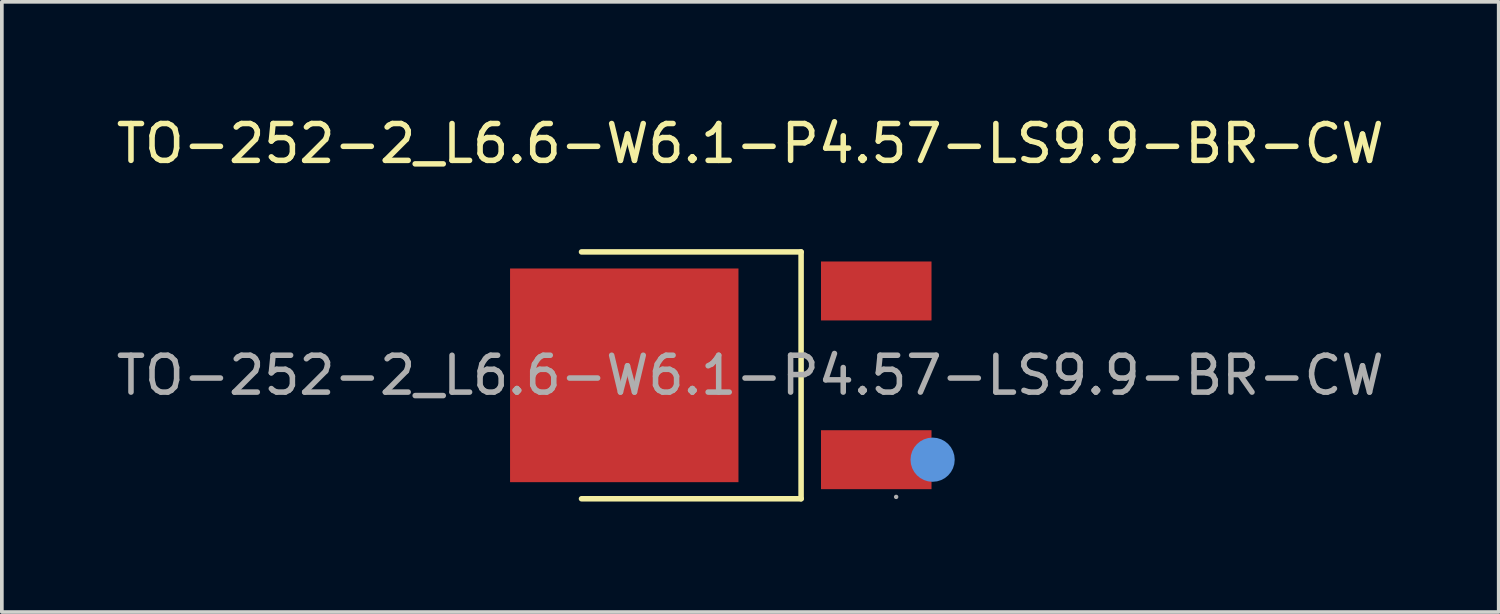
<source format=kicad_pcb>
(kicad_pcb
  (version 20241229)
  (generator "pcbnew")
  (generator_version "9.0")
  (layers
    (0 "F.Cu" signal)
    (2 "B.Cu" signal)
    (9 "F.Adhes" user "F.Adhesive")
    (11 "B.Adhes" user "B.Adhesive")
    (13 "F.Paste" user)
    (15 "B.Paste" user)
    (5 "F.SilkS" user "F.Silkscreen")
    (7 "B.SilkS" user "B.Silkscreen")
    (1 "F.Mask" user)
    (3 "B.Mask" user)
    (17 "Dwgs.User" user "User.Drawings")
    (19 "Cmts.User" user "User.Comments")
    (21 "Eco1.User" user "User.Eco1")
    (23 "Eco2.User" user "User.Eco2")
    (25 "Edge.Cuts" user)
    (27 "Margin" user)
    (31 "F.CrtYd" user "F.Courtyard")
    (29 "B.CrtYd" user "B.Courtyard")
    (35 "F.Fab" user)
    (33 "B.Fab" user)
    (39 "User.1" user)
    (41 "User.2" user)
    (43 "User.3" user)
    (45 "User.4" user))
  (footprint "TO-252-2_L6.6-W6.1-P4.57-LS9.9-BR-CW"
    (layer "F.Cu")
    (at 17.315 7.138)
    (property "Reference" "TO-252-2_L6.6-W6.1-P4.57-LS9.9-BR-CW" (at 0 -6.29 0) (layer "F.SilkS") (effects (font (size 1 1) (thickness 0.15))))
    (attr smd)
    (fp_line (start -4.58 -3.35) (end 1.38 -3.35) (stroke (width 0.15) (type solid)) (layer "F.SilkS"))
    (fp_line (start -4.58 3.35) (end 1.38 3.35) (stroke (width 0.15) (type solid)) (layer "F.SilkS"))
    (fp_line (start 1.38 3.35) (end 1.38 -3.35) (stroke (width 0.15) (type solid)) (layer "F.SilkS"))
    (fp_circle (center 4.95 2.29) (end 5.25 2.29) (stroke (width 0.6) (type solid)) (fill no) (layer "Cmts.User"))
    (fp_circle (center 3.96 3.3) (end 3.99 3.3) (stroke (width 0.06) (type solid)) (fill no) (layer "F.Fab"))
    (fp_text user "${REFERENCE}" (at 0 0 0) (layer "F.Fab") (effects (font (size 1 1) (thickness 0.15))))
    (pad "1" smd rect (at 3.42 2.29) (size 3 1.6) (layers "F.Cu" "F.Mask" "F.Paste"))
    (pad "2" smd rect (at -3.42 0) (size 6.2 5.8) (layers "F.Cu" "F.Mask" "F.Paste"))
    (pad "3" smd rect (at 3.42 -2.29) (size 3 1.6) (layers "F.Cu" "F.Mask" "F.Paste")))
  (gr_rect
    (start -3 -3)
    (end 37.631 13.563)
    (stroke (width 0.1) (type default))
    (fill no)
    (layer "Edge.Cuts")))
</source>
